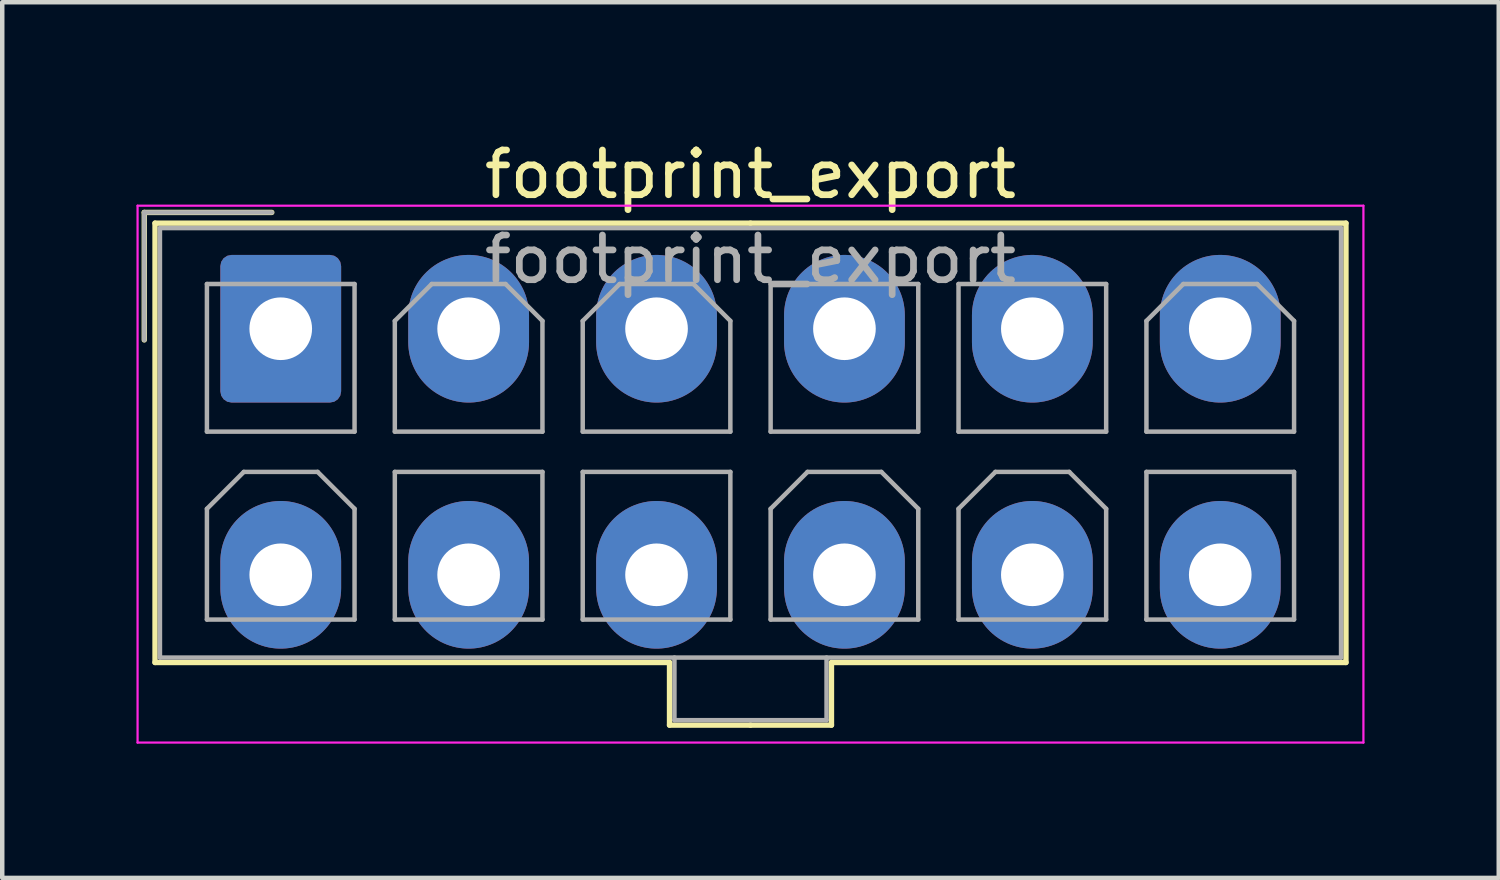
<source format=kicad_pcb>
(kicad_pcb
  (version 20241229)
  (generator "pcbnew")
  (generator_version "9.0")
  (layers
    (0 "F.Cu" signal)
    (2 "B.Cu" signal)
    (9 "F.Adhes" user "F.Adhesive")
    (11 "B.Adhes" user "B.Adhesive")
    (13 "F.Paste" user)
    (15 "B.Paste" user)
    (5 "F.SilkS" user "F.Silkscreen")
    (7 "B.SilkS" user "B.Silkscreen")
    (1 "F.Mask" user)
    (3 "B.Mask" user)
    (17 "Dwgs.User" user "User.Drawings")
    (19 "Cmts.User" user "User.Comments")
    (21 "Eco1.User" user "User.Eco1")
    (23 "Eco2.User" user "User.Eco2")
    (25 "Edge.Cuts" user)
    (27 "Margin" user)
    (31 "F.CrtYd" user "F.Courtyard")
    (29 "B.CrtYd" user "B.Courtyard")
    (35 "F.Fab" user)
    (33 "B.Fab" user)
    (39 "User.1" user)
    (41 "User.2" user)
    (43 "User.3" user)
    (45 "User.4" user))
  (footprint "footprint_export"
    (layer "F.Cu")
    (at 3.225 4.298)
    (property "Reference" "footprint_export" (at 10.5 -3.45 0) (layer "F.SilkS") (effects (font (size 1 1) (thickness 0.15))))
    (attr through_hole)
    (fp_line (start -3.05 -2.6) (end -3.05 0.25) (stroke (width 0.12) (type solid)) (layer "F.SilkS"))
    (fp_line (start -2.81 -2.36) (end -2.81 7.46) (stroke (width 0.12) (type solid)) (layer "F.SilkS"))
    (fp_line (start -2.81 7.46) (end 8.69 7.46) (stroke (width 0.12) (type solid)) (layer "F.SilkS"))
    (fp_line (start -0.2 -2.6) (end -3.05 -2.6) (stroke (width 0.12) (type solid)) (layer "F.SilkS"))
    (fp_line (start 8.69 7.46) (end 8.69 8.86) (stroke (width 0.12) (type solid)) (layer "F.SilkS"))
    (fp_line (start 8.69 8.86) (end 10.5 8.86) (stroke (width 0.12) (type solid)) (layer "F.SilkS"))
    (fp_line (start 10.5 -2.36) (end -2.81 -2.36) (stroke (width 0.12) (type solid)) (layer "F.SilkS"))
    (fp_line (start 10.5 -2.36) (end 23.81 -2.36) (stroke (width 0.12) (type solid)) (layer "F.SilkS"))
    (fp_line (start 12.31 7.46) (end 12.31 8.86) (stroke (width 0.12) (type solid)) (layer "F.SilkS"))
    (fp_line (start 12.31 8.86) (end 10.5 8.86) (stroke (width 0.12) (type solid)) (layer "F.SilkS"))
    (fp_line (start 23.81 -2.36) (end 23.81 7.46) (stroke (width 0.12) (type solid)) (layer "F.SilkS"))
    (fp_line (start 23.81 7.46) (end 12.31 7.46) (stroke (width 0.12) (type solid)) (layer "F.SilkS"))
    (fp_line (start -3.2 -2.75) (end -3.2 9.25) (stroke (width 0.05) (type solid)) (layer "F.CrtYd"))
    (fp_line (start -3.2 9.25) (end 24.2 9.25) (stroke (width 0.05) (type solid)) (layer "F.CrtYd"))
    (fp_line (start 24.2 -2.75) (end -3.2 -2.75) (stroke (width 0.05) (type solid)) (layer "F.CrtYd"))
    (fp_line (start 24.2 9.25) (end 24.2 -2.75) (stroke (width 0.05) (type solid)) (layer "F.CrtYd"))
    (fp_line (start -3.05 -2.6) (end -3.05 0.25) (stroke (width 0.1) (type solid)) (layer "F.Fab"))
    (fp_line (start -2.7 -2.25) (end -2.7 7.35) (stroke (width 0.1) (type solid)) (layer "F.Fab"))
    (fp_line (start -2.7 7.35) (end 23.7 7.35) (stroke (width 0.1) (type solid)) (layer "F.Fab"))
    (fp_line (start -1.65 -1) (end -1.65 2.3) (stroke (width 0.1) (type solid)) (layer "F.Fab"))
    (fp_line (start -1.65 2.3) (end 1.65 2.3) (stroke (width 0.1) (type solid)) (layer "F.Fab"))
    (fp_line (start -1.65 4.025) (end -0.825 3.2) (stroke (width 0.1) (type solid)) (layer "F.Fab"))
    (fp_line (start -1.65 6.5) (end -1.65 4.025) (stroke (width 0.1) (type solid)) (layer "F.Fab"))
    (fp_line (start -0.825 3.2) (end 0.825 3.2) (stroke (width 0.1) (type solid)) (layer "F.Fab"))
    (fp_line (start -0.2 -2.6) (end -3.05 -2.6) (stroke (width 0.1) (type solid)) (layer "F.Fab"))
    (fp_line (start 0.825 3.2) (end 1.65 4.025) (stroke (width 0.1) (type solid)) (layer "F.Fab"))
    (fp_line (start 1.65 -1) (end -1.65 -1) (stroke (width 0.1) (type solid)) (layer "F.Fab"))
    (fp_line (start 1.65 2.3) (end 1.65 -1) (stroke (width 0.1) (type solid)) (layer "F.Fab"))
    (fp_line (start 1.65 4.025) (end 1.65 6.5) (stroke (width 0.1) (type solid)) (layer "F.Fab"))
    (fp_line (start 1.65 6.5) (end -1.65 6.5) (stroke (width 0.1) (type solid)) (layer "F.Fab"))
    (fp_line (start 2.55 -0.175) (end 3.375 -1) (stroke (width 0.1) (type solid)) (layer "F.Fab"))
    (fp_line (start 2.55 2.3) (end 2.55 -0.175) (stroke (width 0.1) (type solid)) (layer "F.Fab"))
    (fp_line (start 2.55 3.2) (end 2.55 6.5) (stroke (width 0.1) (type solid)) (layer "F.Fab"))
    (fp_line (start 2.55 6.5) (end 5.85 6.5) (stroke (width 0.1) (type solid)) (layer "F.Fab"))
    (fp_line (start 3.375 -1) (end 5.025 -1) (stroke (width 0.1) (type solid)) (layer "F.Fab"))
    (fp_line (start 5.025 -1) (end 5.85 -0.175) (stroke (width 0.1) (type solid)) (layer "F.Fab"))
    (fp_line (start 5.85 -0.175) (end 5.85 2.3) (stroke (width 0.1) (type solid)) (layer "F.Fab"))
    (fp_line (start 5.85 2.3) (end 2.55 2.3) (stroke (width 0.1) (type solid)) (layer "F.Fab"))
    (fp_line (start 5.85 3.2) (end 2.55 3.2) (stroke (width 0.1) (type solid)) (layer "F.Fab"))
    (fp_line (start 5.85 6.5) (end 5.85 3.2) (stroke (width 0.1) (type solid)) (layer "F.Fab"))
    (fp_line (start 6.75 -0.175) (end 7.575 -1) (stroke (width 0.1) (type solid)) (layer "F.Fab"))
    (fp_line (start 6.75 2.3) (end 6.75 -0.175) (stroke (width 0.1) (type solid)) (layer "F.Fab"))
    (fp_line (start 6.75 3.2) (end 6.75 6.5) (stroke (width 0.1) (type solid)) (layer "F.Fab"))
    (fp_line (start 6.75 6.5) (end 10.05 6.5) (stroke (width 0.1) (type solid)) (layer "F.Fab"))
    (fp_line (start 7.575 -1) (end 9.225 -1) (stroke (width 0.1) (type solid)) (layer "F.Fab"))
    (fp_line (start 8.8 7.35) (end 8.8 8.75) (stroke (width 0.1) (type solid)) (layer "F.Fab"))
    (fp_line (start 8.8 8.75) (end 12.2 8.75) (stroke (width 0.1) (type solid)) (layer "F.Fab"))
    (fp_line (start 9.225 -1) (end 10.05 -0.175) (stroke (width 0.1) (type solid)) (layer "F.Fab"))
    (fp_line (start 10.05 -0.175) (end 10.05 2.3) (stroke (width 0.1) (type solid)) (layer "F.Fab"))
    (fp_line (start 10.05 2.3) (end 6.75 2.3) (stroke (width 0.1) (type solid)) (layer "F.Fab"))
    (fp_line (start 10.05 3.2) (end 6.75 3.2) (stroke (width 0.1) (type solid)) (layer "F.Fab"))
    (fp_line (start 10.05 6.5) (end 10.05 3.2) (stroke (width 0.1) (type solid)) (layer "F.Fab"))
    (fp_line (start 10.95 -1) (end 10.95 2.3) (stroke (width 0.1) (type solid)) (layer "F.Fab"))
    (fp_line (start 10.95 2.3) (end 14.25 2.3) (stroke (width 0.1) (type solid)) (layer "F.Fab"))
    (fp_line (start 10.95 4.025) (end 11.775 3.2) (stroke (width 0.1) (type solid)) (layer "F.Fab"))
    (fp_line (start 10.95 6.5) (end 10.95 4.025) (stroke (width 0.1) (type solid)) (layer "F.Fab"))
    (fp_line (start 11.775 3.2) (end 13.425 3.2) (stroke (width 0.1) (type solid)) (layer "F.Fab"))
    (fp_line (start 12.2 8.75) (end 12.2 7.35) (stroke (width 0.1) (type solid)) (layer "F.Fab"))
    (fp_line (start 13.425 3.2) (end 14.25 4.025) (stroke (width 0.1) (type solid)) (layer "F.Fab"))
    (fp_line (start 14.25 -1) (end 10.95 -1) (stroke (width 0.1) (type solid)) (layer "F.Fab"))
    (fp_line (start 14.25 2.3) (end 14.25 -1) (stroke (width 0.1) (type solid)) (layer "F.Fab"))
    (fp_line (start 14.25 4.025) (end 14.25 6.5) (stroke (width 0.1) (type solid)) (layer "F.Fab"))
    (fp_line (start 14.25 6.5) (end 10.95 6.5) (stroke (width 0.1) (type solid)) (layer "F.Fab"))
    (fp_line (start 15.15 -1) (end 15.15 2.3) (stroke (width 0.1) (type solid)) (layer "F.Fab"))
    (fp_line (start 15.15 2.3) (end 18.45 2.3) (stroke (width 0.1) (type solid)) (layer "F.Fab"))
    (fp_line (start 15.15 4.025) (end 15.975 3.2) (stroke (width 0.1) (type solid)) (layer "F.Fab"))
    (fp_line (start 15.15 6.5) (end 15.15 4.025) (stroke (width 0.1) (type solid)) (layer "F.Fab"))
    (fp_line (start 15.975 3.2) (end 17.625 3.2) (stroke (width 0.1) (type solid)) (layer "F.Fab"))
    (fp_line (start 17.625 3.2) (end 18.45 4.025) (stroke (width 0.1) (type solid)) (layer "F.Fab"))
    (fp_line (start 18.45 -1) (end 15.15 -1) (stroke (width 0.1) (type solid)) (layer "F.Fab"))
    (fp_line (start 18.45 2.3) (end 18.45 -1) (stroke (width 0.1) (type solid)) (layer "F.Fab"))
    (fp_line (start 18.45 4.025) (end 18.45 6.5) (stroke (width 0.1) (type solid)) (layer "F.Fab"))
    (fp_line (start 18.45 6.5) (end 15.15 6.5) (stroke (width 0.1) (type solid)) (layer "F.Fab"))
    (fp_line (start 19.35 -0.175) (end 20.175 -1) (stroke (width 0.1) (type solid)) (layer "F.Fab"))
    (fp_line (start 19.35 2.3) (end 19.35 -0.175) (stroke (width 0.1) (type solid)) (layer "F.Fab"))
    (fp_line (start 19.35 3.2) (end 19.35 6.5) (stroke (width 0.1) (type solid)) (layer "F.Fab"))
    (fp_line (start 19.35 6.5) (end 22.65 6.5) (stroke (width 0.1) (type solid)) (layer "F.Fab"))
    (fp_line (start 20.175 -1) (end 21.825 -1) (stroke (width 0.1) (type solid)) (layer "F.Fab"))
    (fp_line (start 21.825 -1) (end 22.65 -0.175) (stroke (width 0.1) (type solid)) (layer "F.Fab"))
    (fp_line (start 22.65 -0.175) (end 22.65 2.3) (stroke (width 0.1) (type solid)) (layer "F.Fab"))
    (fp_line (start 22.65 2.3) (end 19.35 2.3) (stroke (width 0.1) (type solid)) (layer "F.Fab"))
    (fp_line (start 22.65 3.2) (end 19.35 3.2) (stroke (width 0.1) (type solid)) (layer "F.Fab"))
    (fp_line (start 22.65 6.5) (end 22.65 3.2) (stroke (width 0.1) (type solid)) (layer "F.Fab"))
    (fp_line (start 23.7 -2.25) (end -2.7 -2.25) (stroke (width 0.1) (type solid)) (layer "F.Fab"))
    (fp_line (start 23.7 7.35) (end 23.7 -2.25) (stroke (width 0.1) (type solid)) (layer "F.Fab"))
    (fp_text user "${REFERENCE}" (at 10.5 -1.55 0) (layer "F.Fab") (effects (font (size 1 1) (thickness 0.15))))
    (pad "1" thru_hole roundrect (at 0 0) (size 2.7 3.3) (drill 1.4) (layers "*.Cu" "*.Mask") (roundrect_rratio 0.093))
    (pad "2" thru_hole oval (at 4.2 0) (size 2.7 3.3) (drill 1.4) (layers "*.Cu" "*.Mask"))
    (pad "3" thru_hole oval (at 8.4 0) (size 2.7 3.3) (drill 1.4) (layers "*.Cu" "*.Mask"))
    (pad "4" thru_hole oval (at 12.6 0) (size 2.7 3.3) (drill 1.4) (layers "*.Cu" "*.Mask"))
    (pad "5" thru_hole oval (at 16.8 0) (size 2.7 3.3) (drill 1.4) (layers "*.Cu" "*.Mask"))
    (pad "6" thru_hole oval (at 21 0) (size 2.7 3.3) (drill 1.4) (layers "*.Cu" "*.Mask"))
    (pad "7" thru_hole oval (at 0 5.5) (size 2.7 3.3) (drill 1.4) (layers "*.Cu" "*.Mask"))
    (pad "8" thru_hole oval (at 4.2 5.5) (size 2.7 3.3) (drill 1.4) (layers "*.Cu" "*.Mask"))
    (pad "9" thru_hole oval (at 8.4 5.5) (size 2.7 3.3) (drill 1.4) (layers "*.Cu" "*.Mask"))
    (pad "10" thru_hole oval (at 12.6 5.5) (size 2.7 3.3) (drill 1.4) (layers "*.Cu" "*.Mask"))
    (pad "11" thru_hole oval (at 16.8 5.5) (size 2.7 3.3) (drill 1.4) (layers "*.Cu" "*.Mask"))
    (pad "12" thru_hole oval (at 21 5.5) (size 2.7 3.3) (drill 1.4) (layers "*.Cu" "*.Mask")))
  (gr_rect
    (start -3 -3)
    (end 30.45 16.573)
    (stroke (width 0.1) (type default))
    (fill no)
    (layer "Edge.Cuts")))
</source>
